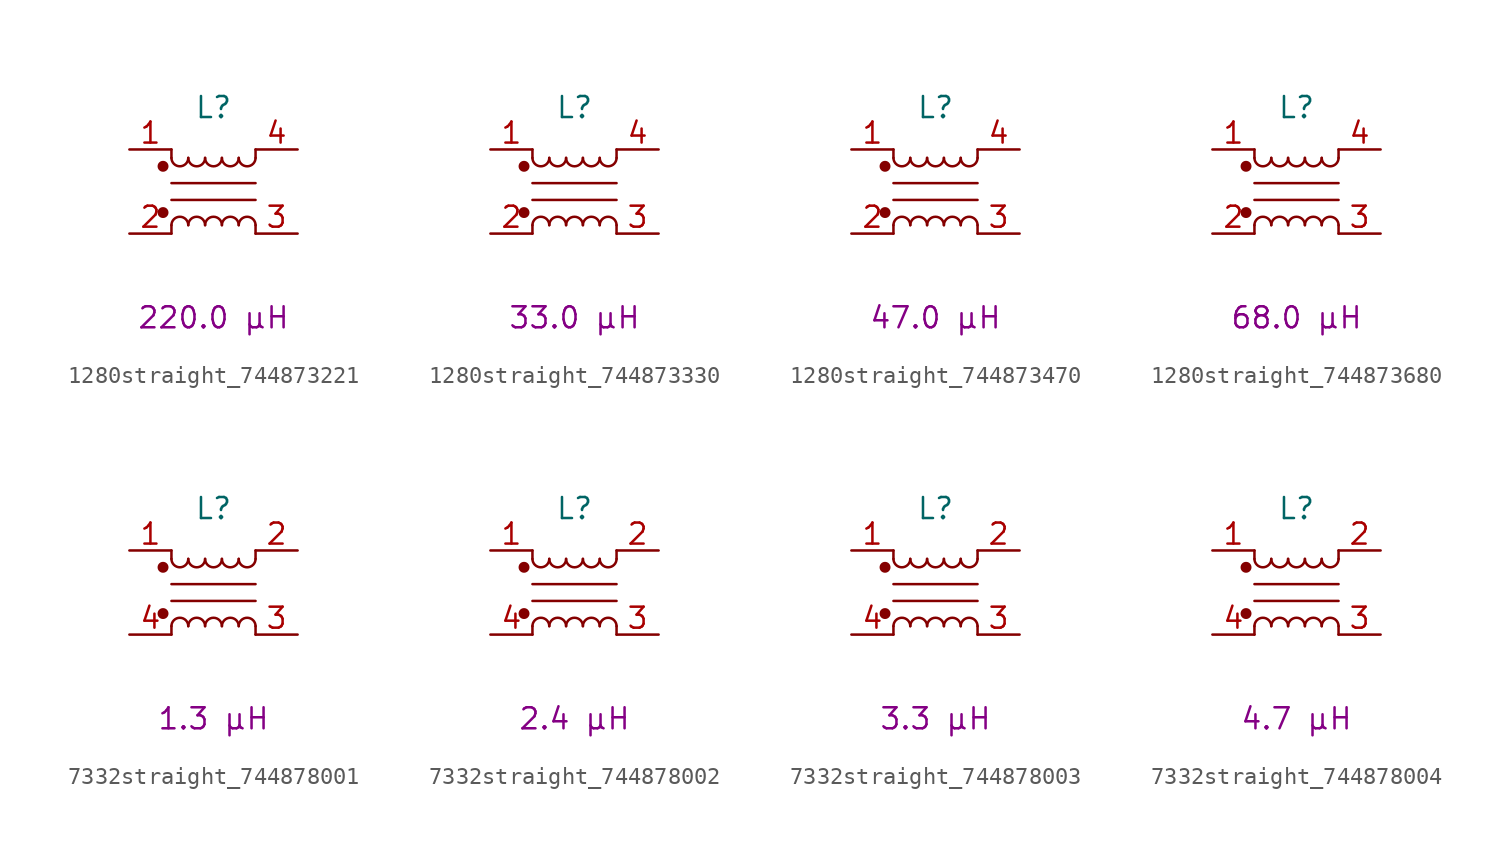
<source format=kicad_sym>
(kicad_symbol_lib
  (version 20241209)
  (generator "kicad_symbol_editor")
  (generator_version "9.0")
  (symbol "1280straight_744873221"
    (pin_names
      (hide yes))
    (property "Reference" "L"
      (at 0 5.08 0)
      (effects (font (size 1.27 1.27))))
    (property "Critical Parameter" "220.0 µH"
      (at 0 -7.62 0)
      (effects (font (size 1.27 1.27))))
    (symbol "1280straight_744873221_0_1"
      (circle (center -3.048 1.524) (radius 0.254) (stroke (width 0) (type default)) (fill (type outline)))
      (circle (center -3.048 -1.27) (radius 0.254) (stroke (width 0) (type default)) (fill (type outline)))
      (polyline (pts (xy -2.54 2.032) (xy -2.54 2.54)) (stroke (width 0) (type default)) (fill (type none)))
      (polyline (pts (xy -2.54 0.508) (xy 2.54 0.508)) (stroke (width 0) (type default)) (fill (type none)))
      (polyline (pts (xy -2.54 -2.032) (xy -2.54 -2.54)) (stroke (width 0) (type default)) (fill (type none)))
      (arc (start -1.524 2.032) (mid -2.032 1.5262) (end -2.54 2.032) (stroke (width 0) (type default)) (fill (type none)))
      (arc (start -2.54 -2.032) (mid -2.032 -1.5262) (end -1.524 -2.032) (stroke (width 0) (type default)) (fill (type none)))
      (arc (start -0.508 2.032) (mid -1.016 1.5262) (end -1.524 2.032) (stroke (width 0) (type default)) (fill (type none)))
      (arc (start -1.524 -2.032) (mid -1.016 -1.5262) (end -0.508 -2.032) (stroke (width 0) (type default)) (fill (type none)))
      (arc (start 0.508 2.032) (mid 0 1.5262) (end -0.508 2.032) (stroke (width 0) (type default)) (fill (type none)))
      (arc (start -0.508 -2.032) (mid 0 -1.5262) (end 0.508 -2.032) (stroke (width 0) (type default)) (fill (type none)))
      (arc (start 1.524 2.032) (mid 1.016 1.5262) (end 0.508 2.032) (stroke (width 0) (type default)) (fill (type none)))
      (arc (start 0.508 -2.032) (mid 1.016 -1.5262) (end 1.524 -2.032) (stroke (width 0) (type default)) (fill (type none)))
      (arc (start 2.54 2.032) (mid 2.032 1.5262) (end 1.524 2.032) (stroke (width 0) (type default)) (fill (type none)))
      (arc (start 1.524 -2.032) (mid 2.032 -1.5262) (end 2.54 -2.032) (stroke (width 0) (type default)) (fill (type none)))
      (polyline (pts (xy 2.54 2.54) (xy 2.54 2.032)) (stroke (width 0) (type default)) (fill (type none)))
      (polyline (pts (xy 2.54 -0.508) (xy -2.54 -0.508)) (stroke (width 0) (type default)) (fill (type none)))
      (polyline (pts (xy 2.54 -2.032) (xy 2.54 -2.54)) (stroke (width 0) (type default)) (fill (type none))))
    (symbol "1280straight_744873221_1_1"
      (pin passive line (at -5.08 2.54 0) (length 2.54) (name "1" (effects (font (size 1.27 1.27)))) (number "1" (effects (font (size 1.27 1.27)))))
      (pin passive line (at -5.08 -2.54 0) (length 2.54) (name "2" (effects (font (size 1.27 1.27)))) (number "2" (effects (font (size 1.27 1.27)))))
      (pin passive line (at 5.08 2.54 180) (length 2.54) (name "4" (effects (font (size 1.27 1.27)))) (number "4" (effects (font (size 1.27 1.27)))))
      (pin passive line (at 5.08 -2.54 180) (length 2.54) (name "3" (effects (font (size 1.27 1.27)))) (number "3" (effects (font (size 1.27 1.27)))))))
  (symbol "1280straight_744873330"
    (pin_names
      (hide yes))
    (property "Reference" "L"
      (at 0 5.08 0)
      (effects (font (size 1.27 1.27))))
    (property "Critical Parameter" "33.0 µH"
      (at 0 -7.62 0)
      (effects (font (size 1.27 1.27))))
    (symbol "1280straight_744873330_0_1"
      (circle (center -3.048 1.524) (radius 0.254) (stroke (width 0) (type default)) (fill (type outline)))
      (circle (center -3.048 -1.27) (radius 0.254) (stroke (width 0) (type default)) (fill (type outline)))
      (polyline (pts (xy -2.54 2.032) (xy -2.54 2.54)) (stroke (width 0) (type default)) (fill (type none)))
      (polyline (pts (xy -2.54 0.508) (xy 2.54 0.508)) (stroke (width 0) (type default)) (fill (type none)))
      (polyline (pts (xy -2.54 -2.032) (xy -2.54 -2.54)) (stroke (width 0) (type default)) (fill (type none)))
      (arc (start -1.524 2.032) (mid -2.032 1.5262) (end -2.54 2.032) (stroke (width 0) (type default)) (fill (type none)))
      (arc (start -2.54 -2.032) (mid -2.032 -1.5262) (end -1.524 -2.032) (stroke (width 0) (type default)) (fill (type none)))
      (arc (start -0.508 2.032) (mid -1.016 1.5262) (end -1.524 2.032) (stroke (width 0) (type default)) (fill (type none)))
      (arc (start -1.524 -2.032) (mid -1.016 -1.5262) (end -0.508 -2.032) (stroke (width 0) (type default)) (fill (type none)))
      (arc (start 0.508 2.032) (mid 0 1.5262) (end -0.508 2.032) (stroke (width 0) (type default)) (fill (type none)))
      (arc (start -0.508 -2.032) (mid 0 -1.5262) (end 0.508 -2.032) (stroke (width 0) (type default)) (fill (type none)))
      (arc (start 1.524 2.032) (mid 1.016 1.5262) (end 0.508 2.032) (stroke (width 0) (type default)) (fill (type none)))
      (arc (start 0.508 -2.032) (mid 1.016 -1.5262) (end 1.524 -2.032) (stroke (width 0) (type default)) (fill (type none)))
      (arc (start 2.54 2.032) (mid 2.032 1.5262) (end 1.524 2.032) (stroke (width 0) (type default)) (fill (type none)))
      (arc (start 1.524 -2.032) (mid 2.032 -1.5262) (end 2.54 -2.032) (stroke (width 0) (type default)) (fill (type none)))
      (polyline (pts (xy 2.54 2.54) (xy 2.54 2.032)) (stroke (width 0) (type default)) (fill (type none)))
      (polyline (pts (xy 2.54 -0.508) (xy -2.54 -0.508)) (stroke (width 0) (type default)) (fill (type none)))
      (polyline (pts (xy 2.54 -2.032) (xy 2.54 -2.54)) (stroke (width 0) (type default)) (fill (type none))))
    (symbol "1280straight_744873330_1_1"
      (pin passive line (at -5.08 2.54 0) (length 2.54) (name "1" (effects (font (size 1.27 1.27)))) (number "1" (effects (font (size 1.27 1.27)))))
      (pin passive line (at -5.08 -2.54 0) (length 2.54) (name "2" (effects (font (size 1.27 1.27)))) (number "2" (effects (font (size 1.27 1.27)))))
      (pin passive line (at 5.08 2.54 180) (length 2.54) (name "4" (effects (font (size 1.27 1.27)))) (number "4" (effects (font (size 1.27 1.27)))))
      (pin passive line (at 5.08 -2.54 180) (length 2.54) (name "3" (effects (font (size 1.27 1.27)))) (number "3" (effects (font (size 1.27 1.27)))))))
  (symbol "1280straight_744873470"
    (pin_names
      (hide yes))
    (property "Reference" "L"
      (at 0 5.08 0)
      (effects (font (size 1.27 1.27))))
    (property "Critical Parameter" "47.0 µH"
      (at 0 -7.62 0)
      (effects (font (size 1.27 1.27))))
    (symbol "1280straight_744873470_0_1"
      (circle (center -3.048 1.524) (radius 0.254) (stroke (width 0) (type default)) (fill (type outline)))
      (circle (center -3.048 -1.27) (radius 0.254) (stroke (width 0) (type default)) (fill (type outline)))
      (polyline (pts (xy -2.54 2.032) (xy -2.54 2.54)) (stroke (width 0) (type default)) (fill (type none)))
      (polyline (pts (xy -2.54 0.508) (xy 2.54 0.508)) (stroke (width 0) (type default)) (fill (type none)))
      (polyline (pts (xy -2.54 -2.032) (xy -2.54 -2.54)) (stroke (width 0) (type default)) (fill (type none)))
      (arc (start -1.524 2.032) (mid -2.032 1.5262) (end -2.54 2.032) (stroke (width 0) (type default)) (fill (type none)))
      (arc (start -2.54 -2.032) (mid -2.032 -1.5262) (end -1.524 -2.032) (stroke (width 0) (type default)) (fill (type none)))
      (arc (start -0.508 2.032) (mid -1.016 1.5262) (end -1.524 2.032) (stroke (width 0) (type default)) (fill (type none)))
      (arc (start -1.524 -2.032) (mid -1.016 -1.5262) (end -0.508 -2.032) (stroke (width 0) (type default)) (fill (type none)))
      (arc (start 0.508 2.032) (mid 0 1.5262) (end -0.508 2.032) (stroke (width 0) (type default)) (fill (type none)))
      (arc (start -0.508 -2.032) (mid 0 -1.5262) (end 0.508 -2.032) (stroke (width 0) (type default)) (fill (type none)))
      (arc (start 1.524 2.032) (mid 1.016 1.5262) (end 0.508 2.032) (stroke (width 0) (type default)) (fill (type none)))
      (arc (start 0.508 -2.032) (mid 1.016 -1.5262) (end 1.524 -2.032) (stroke (width 0) (type default)) (fill (type none)))
      (arc (start 2.54 2.032) (mid 2.032 1.5262) (end 1.524 2.032) (stroke (width 0) (type default)) (fill (type none)))
      (arc (start 1.524 -2.032) (mid 2.032 -1.5262) (end 2.54 -2.032) (stroke (width 0) (type default)) (fill (type none)))
      (polyline (pts (xy 2.54 2.54) (xy 2.54 2.032)) (stroke (width 0) (type default)) (fill (type none)))
      (polyline (pts (xy 2.54 -0.508) (xy -2.54 -0.508)) (stroke (width 0) (type default)) (fill (type none)))
      (polyline (pts (xy 2.54 -2.032) (xy 2.54 -2.54)) (stroke (width 0) (type default)) (fill (type none))))
    (symbol "1280straight_744873470_1_1"
      (pin passive line (at -5.08 2.54 0) (length 2.54) (name "1" (effects (font (size 1.27 1.27)))) (number "1" (effects (font (size 1.27 1.27)))))
      (pin passive line (at -5.08 -2.54 0) (length 2.54) (name "2" (effects (font (size 1.27 1.27)))) (number "2" (effects (font (size 1.27 1.27)))))
      (pin passive line (at 5.08 2.54 180) (length 2.54) (name "4" (effects (font (size 1.27 1.27)))) (number "4" (effects (font (size 1.27 1.27)))))
      (pin passive line (at 5.08 -2.54 180) (length 2.54) (name "3" (effects (font (size 1.27 1.27)))) (number "3" (effects (font (size 1.27 1.27)))))))
  (symbol "1280straight_744873680"
    (pin_names
      (hide yes))
    (property "Reference" "L"
      (at 0 5.08 0)
      (effects (font (size 1.27 1.27))))
    (property "Critical Parameter" "68.0 µH"
      (at 0 -7.62 0)
      (effects (font (size 1.27 1.27))))
    (symbol "1280straight_744873680_0_1"
      (circle (center -3.048 1.524) (radius 0.254) (stroke (width 0) (type default)) (fill (type outline)))
      (circle (center -3.048 -1.27) (radius 0.254) (stroke (width 0) (type default)) (fill (type outline)))
      (polyline (pts (xy -2.54 2.032) (xy -2.54 2.54)) (stroke (width 0) (type default)) (fill (type none)))
      (polyline (pts (xy -2.54 0.508) (xy 2.54 0.508)) (stroke (width 0) (type default)) (fill (type none)))
      (polyline (pts (xy -2.54 -2.032) (xy -2.54 -2.54)) (stroke (width 0) (type default)) (fill (type none)))
      (arc (start -1.524 2.032) (mid -2.032 1.5262) (end -2.54 2.032) (stroke (width 0) (type default)) (fill (type none)))
      (arc (start -2.54 -2.032) (mid -2.032 -1.5262) (end -1.524 -2.032) (stroke (width 0) (type default)) (fill (type none)))
      (arc (start -0.508 2.032) (mid -1.016 1.5262) (end -1.524 2.032) (stroke (width 0) (type default)) (fill (type none)))
      (arc (start -1.524 -2.032) (mid -1.016 -1.5262) (end -0.508 -2.032) (stroke (width 0) (type default)) (fill (type none)))
      (arc (start 0.508 2.032) (mid 0 1.5262) (end -0.508 2.032) (stroke (width 0) (type default)) (fill (type none)))
      (arc (start -0.508 -2.032) (mid 0 -1.5262) (end 0.508 -2.032) (stroke (width 0) (type default)) (fill (type none)))
      (arc (start 1.524 2.032) (mid 1.016 1.5262) (end 0.508 2.032) (stroke (width 0) (type default)) (fill (type none)))
      (arc (start 0.508 -2.032) (mid 1.016 -1.5262) (end 1.524 -2.032) (stroke (width 0) (type default)) (fill (type none)))
      (arc (start 2.54 2.032) (mid 2.032 1.5262) (end 1.524 2.032) (stroke (width 0) (type default)) (fill (type none)))
      (arc (start 1.524 -2.032) (mid 2.032 -1.5262) (end 2.54 -2.032) (stroke (width 0) (type default)) (fill (type none)))
      (polyline (pts (xy 2.54 2.54) (xy 2.54 2.032)) (stroke (width 0) (type default)) (fill (type none)))
      (polyline (pts (xy 2.54 -0.508) (xy -2.54 -0.508)) (stroke (width 0) (type default)) (fill (type none)))
      (polyline (pts (xy 2.54 -2.032) (xy 2.54 -2.54)) (stroke (width 0) (type default)) (fill (type none))))
    (symbol "1280straight_744873680_1_1"
      (pin passive line (at -5.08 2.54 0) (length 2.54) (name "1" (effects (font (size 1.27 1.27)))) (number "1" (effects (font (size 1.27 1.27)))))
      (pin passive line (at -5.08 -2.54 0) (length 2.54) (name "2" (effects (font (size 1.27 1.27)))) (number "2" (effects (font (size 1.27 1.27)))))
      (pin passive line (at 5.08 2.54 180) (length 2.54) (name "4" (effects (font (size 1.27 1.27)))) (number "4" (effects (font (size 1.27 1.27)))))
      (pin passive line (at 5.08 -2.54 180) (length 2.54) (name "3" (effects (font (size 1.27 1.27)))) (number "3" (effects (font (size 1.27 1.27)))))))
  (symbol "7332straight_744878001"
    (pin_names
      (hide yes))
    (property "Reference" "L"
      (at 0 5.08 0)
      (effects (font (size 1.27 1.27))))
    (property "Critical Parameter" "1.3 µH"
      (at 0 -7.62 0)
      (effects (font (size 1.27 1.27))))
    (symbol "7332straight_744878001_0_1"
      (circle (center -3.048 1.524) (radius 0.254) (stroke (width 0) (type default)) (fill (type outline)))
      (circle (center -3.048 -1.27) (radius 0.254) (stroke (width 0) (type default)) (fill (type outline)))
      (polyline (pts (xy -2.54 2.032) (xy -2.54 2.54)) (stroke (width 0) (type default)) (fill (type none)))
      (polyline (pts (xy -2.54 0.508) (xy 2.54 0.508)) (stroke (width 0) (type default)) (fill (type none)))
      (polyline (pts (xy -2.54 -2.032) (xy -2.54 -2.54)) (stroke (width 0) (type default)) (fill (type none)))
      (arc (start -1.524 2.032) (mid -2.032 1.5262) (end -2.54 2.032) (stroke (width 0) (type default)) (fill (type none)))
      (arc (start -2.54 -2.032) (mid -2.032 -1.5262) (end -1.524 -2.032) (stroke (width 0) (type default)) (fill (type none)))
      (arc (start -0.508 2.032) (mid -1.016 1.5262) (end -1.524 2.032) (stroke (width 0) (type default)) (fill (type none)))
      (arc (start -1.524 -2.032) (mid -1.016 -1.5262) (end -0.508 -2.032) (stroke (width 0) (type default)) (fill (type none)))
      (arc (start 0.508 2.032) (mid 0 1.5262) (end -0.508 2.032) (stroke (width 0) (type default)) (fill (type none)))
      (arc (start -0.508 -2.032) (mid 0 -1.5262) (end 0.508 -2.032) (stroke (width 0) (type default)) (fill (type none)))
      (arc (start 1.524 2.032) (mid 1.016 1.5262) (end 0.508 2.032) (stroke (width 0) (type default)) (fill (type none)))
      (arc (start 0.508 -2.032) (mid 1.016 -1.5262) (end 1.524 -2.032) (stroke (width 0) (type default)) (fill (type none)))
      (arc (start 2.54 2.032) (mid 2.032 1.5262) (end 1.524 2.032) (stroke (width 0) (type default)) (fill (type none)))
      (arc (start 1.524 -2.032) (mid 2.032 -1.5262) (end 2.54 -2.032) (stroke (width 0) (type default)) (fill (type none)))
      (polyline (pts (xy 2.54 2.54) (xy 2.54 2.032)) (stroke (width 0) (type default)) (fill (type none)))
      (polyline (pts (xy 2.54 -0.508) (xy -2.54 -0.508)) (stroke (width 0) (type default)) (fill (type none)))
      (polyline (pts (xy 2.54 -2.032) (xy 2.54 -2.54)) (stroke (width 0) (type default)) (fill (type none))))
    (symbol "7332straight_744878001_1_1"
      (pin passive line (at -5.08 2.54 0) (length 2.54) (name "1" (effects (font (size 1.27 1.27)))) (number "1" (effects (font (size 1.27 1.27)))))
      (pin passive line (at -5.08 -2.54 0) (length 2.54) (name "4" (effects (font (size 1.27 1.27)))) (number "4" (effects (font (size 1.27 1.27)))))
      (pin passive line (at 5.08 2.54 180) (length 2.54) (name "2" (effects (font (size 1.27 1.27)))) (number "2" (effects (font (size 1.27 1.27)))))
      (pin passive line (at 5.08 -2.54 180) (length 2.54) (name "3" (effects (font (size 1.27 1.27)))) (number "3" (effects (font (size 1.27 1.27)))))))
  (symbol "7332straight_744878002"
    (pin_names
      (hide yes))
    (property "Reference" "L"
      (at 0 5.08 0)
      (effects (font (size 1.27 1.27))))
    (property "Critical Parameter" "2.4 µH"
      (at 0 -7.62 0)
      (effects (font (size 1.27 1.27))))
    (symbol "7332straight_744878002_0_1"
      (circle (center -3.048 1.524) (radius 0.254) (stroke (width 0) (type default)) (fill (type outline)))
      (circle (center -3.048 -1.27) (radius 0.254) (stroke (width 0) (type default)) (fill (type outline)))
      (polyline (pts (xy -2.54 2.032) (xy -2.54 2.54)) (stroke (width 0) (type default)) (fill (type none)))
      (polyline (pts (xy -2.54 0.508) (xy 2.54 0.508)) (stroke (width 0) (type default)) (fill (type none)))
      (polyline (pts (xy -2.54 -2.032) (xy -2.54 -2.54)) (stroke (width 0) (type default)) (fill (type none)))
      (arc (start -1.524 2.032) (mid -2.032 1.5262) (end -2.54 2.032) (stroke (width 0) (type default)) (fill (type none)))
      (arc (start -2.54 -2.032) (mid -2.032 -1.5262) (end -1.524 -2.032) (stroke (width 0) (type default)) (fill (type none)))
      (arc (start -0.508 2.032) (mid -1.016 1.5262) (end -1.524 2.032) (stroke (width 0) (type default)) (fill (type none)))
      (arc (start -1.524 -2.032) (mid -1.016 -1.5262) (end -0.508 -2.032) (stroke (width 0) (type default)) (fill (type none)))
      (arc (start 0.508 2.032) (mid 0 1.5262) (end -0.508 2.032) (stroke (width 0) (type default)) (fill (type none)))
      (arc (start -0.508 -2.032) (mid 0 -1.5262) (end 0.508 -2.032) (stroke (width 0) (type default)) (fill (type none)))
      (arc (start 1.524 2.032) (mid 1.016 1.5262) (end 0.508 2.032) (stroke (width 0) (type default)) (fill (type none)))
      (arc (start 0.508 -2.032) (mid 1.016 -1.5262) (end 1.524 -2.032) (stroke (width 0) (type default)) (fill (type none)))
      (arc (start 2.54 2.032) (mid 2.032 1.5262) (end 1.524 2.032) (stroke (width 0) (type default)) (fill (type none)))
      (arc (start 1.524 -2.032) (mid 2.032 -1.5262) (end 2.54 -2.032) (stroke (width 0) (type default)) (fill (type none)))
      (polyline (pts (xy 2.54 2.54) (xy 2.54 2.032)) (stroke (width 0) (type default)) (fill (type none)))
      (polyline (pts (xy 2.54 -0.508) (xy -2.54 -0.508)) (stroke (width 0) (type default)) (fill (type none)))
      (polyline (pts (xy 2.54 -2.032) (xy 2.54 -2.54)) (stroke (width 0) (type default)) (fill (type none))))
    (symbol "7332straight_744878002_1_1"
      (pin passive line (at -5.08 2.54 0) (length 2.54) (name "1" (effects (font (size 1.27 1.27)))) (number "1" (effects (font (size 1.27 1.27)))))
      (pin passive line (at -5.08 -2.54 0) (length 2.54) (name "4" (effects (font (size 1.27 1.27)))) (number "4" (effects (font (size 1.27 1.27)))))
      (pin passive line (at 5.08 2.54 180) (length 2.54) (name "2" (effects (font (size 1.27 1.27)))) (number "2" (effects (font (size 1.27 1.27)))))
      (pin passive line (at 5.08 -2.54 180) (length 2.54) (name "3" (effects (font (size 1.27 1.27)))) (number "3" (effects (font (size 1.27 1.27)))))))
  (symbol "7332straight_744878003"
    (pin_names
      (hide yes))
    (property "Reference" "L"
      (at 0 5.08 0)
      (effects (font (size 1.27 1.27))))
    (property "Critical Parameter" "3.3 µH"
      (at 0 -7.62 0)
      (effects (font (size 1.27 1.27))))
    (symbol "7332straight_744878003_0_1"
      (circle (center -3.048 1.524) (radius 0.254) (stroke (width 0) (type default)) (fill (type outline)))
      (circle (center -3.048 -1.27) (radius 0.254) (stroke (width 0) (type default)) (fill (type outline)))
      (polyline (pts (xy -2.54 2.032) (xy -2.54 2.54)) (stroke (width 0) (type default)) (fill (type none)))
      (polyline (pts (xy -2.54 0.508) (xy 2.54 0.508)) (stroke (width 0) (type default)) (fill (type none)))
      (polyline (pts (xy -2.54 -2.032) (xy -2.54 -2.54)) (stroke (width 0) (type default)) (fill (type none)))
      (arc (start -1.524 2.032) (mid -2.032 1.5262) (end -2.54 2.032) (stroke (width 0) (type default)) (fill (type none)))
      (arc (start -2.54 -2.032) (mid -2.032 -1.5262) (end -1.524 -2.032) (stroke (width 0) (type default)) (fill (type none)))
      (arc (start -0.508 2.032) (mid -1.016 1.5262) (end -1.524 2.032) (stroke (width 0) (type default)) (fill (type none)))
      (arc (start -1.524 -2.032) (mid -1.016 -1.5262) (end -0.508 -2.032) (stroke (width 0) (type default)) (fill (type none)))
      (arc (start 0.508 2.032) (mid 0 1.5262) (end -0.508 2.032) (stroke (width 0) (type default)) (fill (type none)))
      (arc (start -0.508 -2.032) (mid 0 -1.5262) (end 0.508 -2.032) (stroke (width 0) (type default)) (fill (type none)))
      (arc (start 1.524 2.032) (mid 1.016 1.5262) (end 0.508 2.032) (stroke (width 0) (type default)) (fill (type none)))
      (arc (start 0.508 -2.032) (mid 1.016 -1.5262) (end 1.524 -2.032) (stroke (width 0) (type default)) (fill (type none)))
      (arc (start 2.54 2.032) (mid 2.032 1.5262) (end 1.524 2.032) (stroke (width 0) (type default)) (fill (type none)))
      (arc (start 1.524 -2.032) (mid 2.032 -1.5262) (end 2.54 -2.032) (stroke (width 0) (type default)) (fill (type none)))
      (polyline (pts (xy 2.54 2.54) (xy 2.54 2.032)) (stroke (width 0) (type default)) (fill (type none)))
      (polyline (pts (xy 2.54 -0.508) (xy -2.54 -0.508)) (stroke (width 0) (type default)) (fill (type none)))
      (polyline (pts (xy 2.54 -2.032) (xy 2.54 -2.54)) (stroke (width 0) (type default)) (fill (type none))))
    (symbol "7332straight_744878003_1_1"
      (pin passive line (at -5.08 2.54 0) (length 2.54) (name "1" (effects (font (size 1.27 1.27)))) (number "1" (effects (font (size 1.27 1.27)))))
      (pin passive line (at -5.08 -2.54 0) (length 2.54) (name "4" (effects (font (size 1.27 1.27)))) (number "4" (effects (font (size 1.27 1.27)))))
      (pin passive line (at 5.08 2.54 180) (length 2.54) (name "2" (effects (font (size 1.27 1.27)))) (number "2" (effects (font (size 1.27 1.27)))))
      (pin passive line (at 5.08 -2.54 180) (length 2.54) (name "3" (effects (font (size 1.27 1.27)))) (number "3" (effects (font (size 1.27 1.27)))))))
  (symbol "7332straight_744878004"
    (pin_names
      (hide yes))
    (property "Reference" "L"
      (at 0 5.08 0)
      (effects (font (size 1.27 1.27))))
    (property "Critical Parameter" "4.7 µH"
      (at 0 -7.62 0)
      (effects (font (size 1.27 1.27))))
    (symbol "7332straight_744878004_0_1"
      (circle (center -3.048 1.524) (radius 0.254) (stroke (width 0) (type default)) (fill (type outline)))
      (circle (center -3.048 -1.27) (radius 0.254) (stroke (width 0) (type default)) (fill (type outline)))
      (polyline (pts (xy -2.54 2.032) (xy -2.54 2.54)) (stroke (width 0) (type default)) (fill (type none)))
      (polyline (pts (xy -2.54 0.508) (xy 2.54 0.508)) (stroke (width 0) (type default)) (fill (type none)))
      (polyline (pts (xy -2.54 -2.032) (xy -2.54 -2.54)) (stroke (width 0) (type default)) (fill (type none)))
      (arc (start -1.524 2.032) (mid -2.032 1.5262) (end -2.54 2.032) (stroke (width 0) (type default)) (fill (type none)))
      (arc (start -2.54 -2.032) (mid -2.032 -1.5262) (end -1.524 -2.032) (stroke (width 0) (type default)) (fill (type none)))
      (arc (start -0.508 2.032) (mid -1.016 1.5262) (end -1.524 2.032) (stroke (width 0) (type default)) (fill (type none)))
      (arc (start -1.524 -2.032) (mid -1.016 -1.5262) (end -0.508 -2.032) (stroke (width 0) (type default)) (fill (type none)))
      (arc (start 0.508 2.032) (mid 0 1.5262) (end -0.508 2.032) (stroke (width 0) (type default)) (fill (type none)))
      (arc (start -0.508 -2.032) (mid 0 -1.5262) (end 0.508 -2.032) (stroke (width 0) (type default)) (fill (type none)))
      (arc (start 1.524 2.032) (mid 1.016 1.5262) (end 0.508 2.032) (stroke (width 0) (type default)) (fill (type none)))
      (arc (start 0.508 -2.032) (mid 1.016 -1.5262) (end 1.524 -2.032) (stroke (width 0) (type default)) (fill (type none)))
      (arc (start 2.54 2.032) (mid 2.032 1.5262) (end 1.524 2.032) (stroke (width 0) (type default)) (fill (type none)))
      (arc (start 1.524 -2.032) (mid 2.032 -1.5262) (end 2.54 -2.032) (stroke (width 0) (type default)) (fill (type none)))
      (polyline (pts (xy 2.54 2.54) (xy 2.54 2.032)) (stroke (width 0) (type default)) (fill (type none)))
      (polyline (pts (xy 2.54 -0.508) (xy -2.54 -0.508)) (stroke (width 0) (type default)) (fill (type none)))
      (polyline (pts (xy 2.54 -2.032) (xy 2.54 -2.54)) (stroke (width 0) (type default)) (fill (type none))))
    (symbol "7332straight_744878004_1_1"
      (pin passive line (at -5.08 2.54 0) (length 2.54) (name "1" (effects (font (size 1.27 1.27)))) (number "1" (effects (font (size 1.27 1.27)))))
      (pin passive line (at -5.08 -2.54 0) (length 2.54) (name "4" (effects (font (size 1.27 1.27)))) (number "4" (effects (font (size 1.27 1.27)))))
      (pin passive line (at 5.08 2.54 180) (length 2.54) (name "2" (effects (font (size 1.27 1.27)))) (number "2" (effects (font (size 1.27 1.27)))))
      (pin passive line (at 5.08 -2.54 180) (length 2.54) (name "3" (effects (font (size 1.27 1.27)))) (number "3" (effects (font (size 1.27 1.27))))))))
</source>
